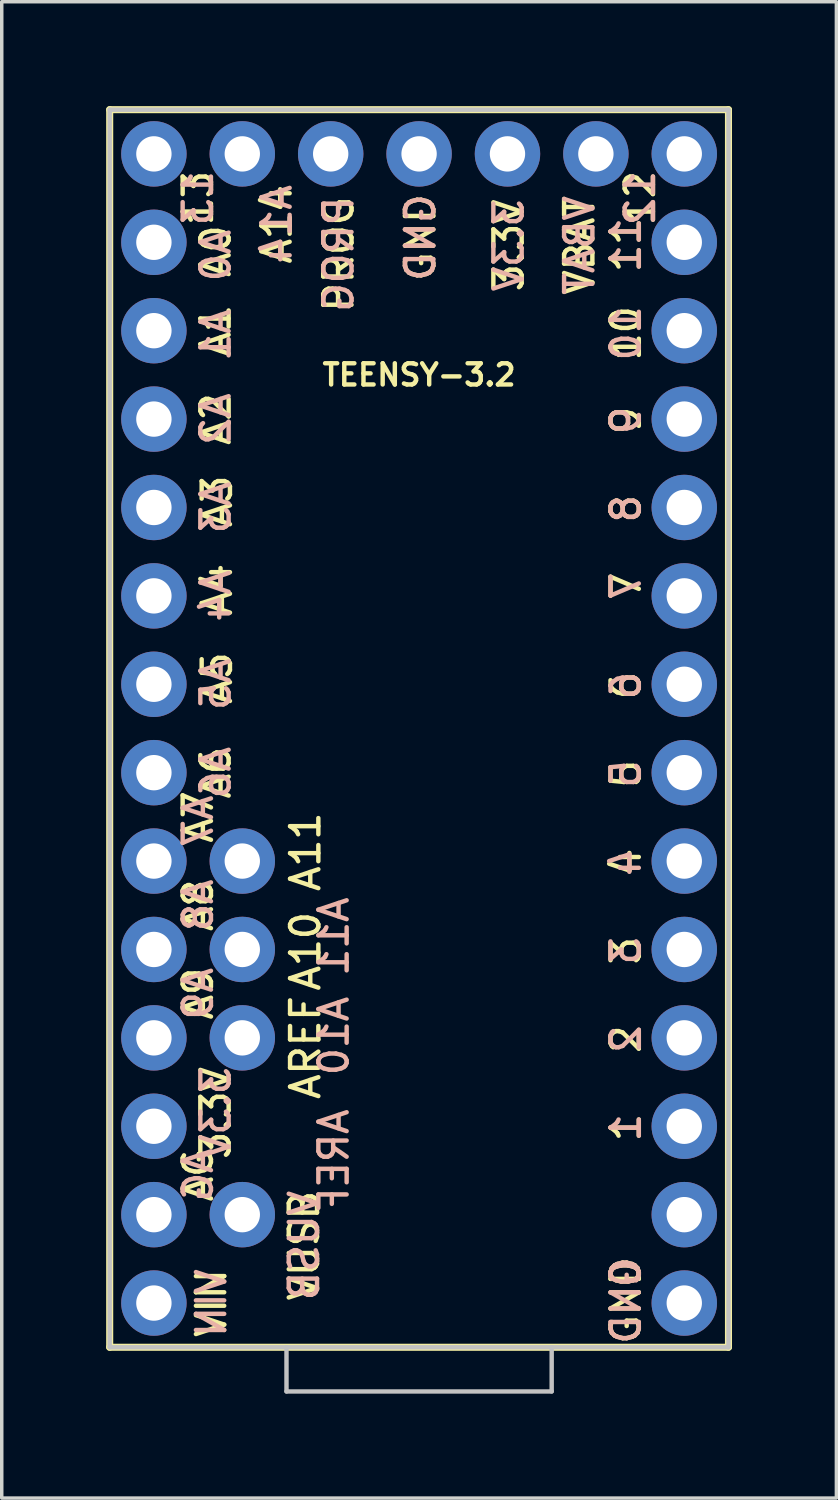
<source format=kicad_pcb>
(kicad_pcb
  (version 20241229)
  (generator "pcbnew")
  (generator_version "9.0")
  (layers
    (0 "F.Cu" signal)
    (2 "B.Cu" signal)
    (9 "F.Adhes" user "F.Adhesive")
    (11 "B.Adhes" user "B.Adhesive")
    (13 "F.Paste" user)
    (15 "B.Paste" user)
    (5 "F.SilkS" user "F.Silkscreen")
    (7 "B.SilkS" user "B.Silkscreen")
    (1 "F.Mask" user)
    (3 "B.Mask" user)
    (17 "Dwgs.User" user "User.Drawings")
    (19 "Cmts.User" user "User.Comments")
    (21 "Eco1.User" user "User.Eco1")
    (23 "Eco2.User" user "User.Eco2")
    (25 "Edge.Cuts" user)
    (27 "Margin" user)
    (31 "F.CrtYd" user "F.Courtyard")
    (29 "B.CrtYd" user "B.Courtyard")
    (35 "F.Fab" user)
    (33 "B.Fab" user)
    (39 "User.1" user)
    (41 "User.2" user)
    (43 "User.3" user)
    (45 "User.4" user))
  (footprint "TEENSY-3.2"
    (layer "F.Cu")
    (at 8.992 17.882)
    (property "Reference" "TEENSY-3.2" (at 0 -10.16 0) (layer "F.SilkS") (effects (font (size 0.61 0.61) (thickness 0.127))))
    (attr exclude_from_pos_files exclude_from_bom)
    (fp_line (start -8.89 -17.78) (end 8.89 -17.78) (stroke (width 0.127) (type solid)) (layer "F.SilkS"))
    (fp_line (start -8.89 -17.78) (end 8.89 -17.78) (stroke (width 0.203) (type solid)) (layer "F.SilkS"))
    (fp_line (start -8.89 17.78) (end -8.89 -17.78) (stroke (width 0.127) (type solid)) (layer "F.SilkS"))
    (fp_line (start -8.89 17.78) (end -8.89 -17.78) (stroke (width 0.203) (type solid)) (layer "F.SilkS"))
    (fp_line (start 8.89 -17.78) (end 8.89 17.78) (stroke (width 0.127) (type solid)) (layer "F.SilkS"))
    (fp_line (start 8.89 -17.78) (end 8.89 17.78) (stroke (width 0.203) (type solid)) (layer "F.SilkS"))
    (fp_line (start 8.89 17.78) (end -8.89 17.78) (stroke (width 0.127) (type solid)) (layer "F.SilkS"))
    (fp_line (start 8.89 17.78) (end -8.89 17.78) (stroke (width 0.203) (type solid)) (layer "F.SilkS"))
    (fp_line (start -8.89 -17.78) (end 8.89 -17.78) (stroke (width 0.127) (type solid)) (layer "Dwgs.User"))
    (fp_line (start -8.89 17.78) (end -8.89 -17.78) (stroke (width 0.127) (type solid)) (layer "Dwgs.User"))
    (fp_line (start -3.81 17.78) (end -8.89 17.78) (stroke (width 0.127) (type solid)) (layer "Dwgs.User"))
    (fp_line (start -3.81 19.05) (end -3.81 17.78) (stroke (width 0.127) (type solid)) (layer "Dwgs.User"))
    (fp_line (start -3.81 19.05) (end 3.81 19.05) (stroke (width 0.127) (type solid)) (layer "Dwgs.User"))
    (fp_line (start 3.81 17.78) (end -3.81 17.78) (stroke (width 0.127) (type solid)) (layer "Dwgs.User"))
    (fp_line (start 3.81 19.05) (end 3.81 17.78) (stroke (width 0.127) (type solid)) (layer "Dwgs.User"))
    (fp_line (start 8.89 -17.78) (end 8.89 17.78) (stroke (width 0.127) (type solid)) (layer "Dwgs.User"))
    (fp_line (start 8.89 17.78) (end 3.81 17.78) (stroke (width 0.127) (type solid)) (layer "Dwgs.User"))
    (fp_text user "A11" (at -3.264 3.543 90) (layer "F.SilkS") (effects (font (size 0.813 0.813) (thickness 0.127))))
    (fp_text user "VUSB" (at -3.302 14.859 90) (layer "F.SilkS") (effects (font (size 0.813 0.813) (thickness 0.127))))
    (fp_text user "A4" (at -5.804 -3.988 90) (layer "F.SilkS") (effects (font (size 0.813 0.813) (thickness 0.127))))
    (fp_text user "7" (at 5.944 -4.089 90) (layer "F.SilkS") (effects (font (size 0.813 0.813) (thickness 0.127))))
    (fp_text user "5" (at 5.944 1.306 90) (layer "F.SilkS") (effects (font (size 0.813 0.813) (thickness 0.127))))
    (fp_text user "A2" (at -5.842 -8.89 90) (layer "F.SilkS") (effects (font (size 0.813 0.813) (thickness 0.127))))
    (fp_text user "0" (at 5.944 15.659 90) (layer "F.SilkS") (effects (font (size 0.813 0.813) (thickness 0.127))))
    (fp_text user "GND" (at 0.038 -14.107 90) (layer "F.SilkS") (effects (font (size 0.813 0.813) (thickness 0.127))))
    (fp_text user "2" (at 5.944 8.928 90) (layer "F.SilkS") (effects (font (size 0.813 0.813) (thickness 0.127))))
    (fp_text user "A3" (at -5.804 -6.528 90) (layer "F.SilkS") (effects (font (size 0.813 0.813) (thickness 0.127))))
    (fp_text user "A9" (at -6.35 7.62 90) (layer "F.SilkS") (effects (font (size 0.813 0.813) (thickness 0.127))))
    (fp_text user "12" (at 6.35 -15.24 270) (layer "F.SilkS") (effects (font (size 0.813 0.813) (thickness 0.127))))
    (fp_text user "GND" (at 5.944 16.434 90) (layer "F.SilkS") (effects (font (size 0.813 0.813) (thickness 0.127))))
    (fp_text user "6" (at 5.944 -1.232 90) (layer "F.SilkS") (effects (font (size 0.813 0.813) (thickness 0.127))))
    (fp_text user "10" (at 5.944 -11.354 90) (layer "F.SilkS") (effects (font (size 0.813 0.813) (thickness 0.127))))
    (fp_text user "8" (at 5.944 -6.312 90) (layer "F.SilkS") (effects (font (size 0.813 0.813) (thickness 0.127))))
    (fp_text user "1" (at 5.944 11.468 90) (layer "F.SilkS") (effects (font (size 0.813 0.813) (thickness 0.127))))
    (fp_text user "A7" (at -6.35 2.54 90) (layer "F.SilkS") (effects (font (size 0.813 0.813) (thickness 0.127))))
    (fp_text user "11" (at 5.944 -13.894 90) (layer "F.SilkS") (effects (font (size 0.813 0.813) (thickness 0.127))))
    (fp_text user "AG" (at -6.35 12.827 90) (layer "F.SilkS") (effects (font (size 0.813 0.813) (thickness 0.127))))
    (fp_text user "3.3V" (at 2.578 -13.881 90) (layer "F.SilkS") (effects (font (size 0.813 0.813) (thickness 0.127))))
    (fp_text user "A8" (at -6.35 5.08 90) (layer "F.SilkS") (effects (font (size 0.813 0.813) (thickness 0.127))))
    (fp_text user "3.3V" (at -5.842 11.049 90) (layer "F.SilkS") (effects (font (size 0.813 0.813) (thickness 0.127))))
    (fp_text user "3" (at 5.944 6.388 90) (layer "F.SilkS") (effects (font (size 0.813 0.813) (thickness 0.127))))
    (fp_text user "A14" (at -4.089 -14.488 90) (layer "F.SilkS") (effects (font (size 0.813 0.813) (thickness 0.127))))
    (fp_text user "VBAT" (at 4.61 -13.881 90) (layer "F.SilkS") (effects (font (size 0.813 0.813) (thickness 0.127))))
    (fp_text user "A6" (at -5.842 1.27 90) (layer "F.SilkS") (effects (font (size 0.813 0.813) (thickness 0.127))))
    (fp_text user "A0" (at -5.842 -13.716 90) (layer "F.SilkS") (effects (font (size 0.813 0.813) (thickness 0.127))))
    (fp_text user "A5" (at -5.804 -1.448 90) (layer "F.SilkS") (effects (font (size 0.813 0.813) (thickness 0.127))))
    (fp_text user "4" (at 5.944 3.848 90) (layer "F.SilkS") (effects (font (size 0.813 0.813) (thickness 0.127))))
    (fp_text user "PROG" (at -2.311 -13.627 90) (layer "F.SilkS") (effects (font (size 0.813 0.813) (thickness 0.127))))
    (fp_text user "9" (at 5.944 -8.852 90) (layer "F.SilkS") (effects (font (size 0.813 0.813) (thickness 0.127))))
    (fp_text user "AREF" (at -3.264 9.169 90) (layer "F.SilkS") (effects (font (size 0.813 0.813) (thickness 0.127))))
    (fp_text user "A10" (at -3.264 6.401 90) (layer "F.SilkS") (effects (font (size 0.813 0.813) (thickness 0.127))))
    (fp_text user "A1" (at -5.842 -11.43 90) (layer "F.SilkS") (effects (font (size 0.813 0.813) (thickness 0.127))))
    (fp_text user "13" (at -6.35 -15.24 90) (layer "F.SilkS") (effects (font (size 0.813 0.813) (thickness 0.127))))
    (fp_text user "VIN" (at -5.969 16.51 90) (layer "F.SilkS") (effects (font (size 0.813 0.813) (thickness 0.127))))
    (fp_text user "3.3V" (at 2.578 -13.881 90) (layer "B.SilkS") (effects (font (size 0.813 0.813) (thickness 0.127)) (justify mirror)))
    (fp_text user "12" (at 6.35 -15.24 90) (layer "B.SilkS") (effects (font (size 0.813 0.813) (thickness 0.127)) (justify mirror)))
    (fp_text user "3" (at 5.944 6.388 90) (layer "B.SilkS") (effects (font (size 0.813 0.813) (thickness 0.127)) (justify mirror)))
    (fp_text user "A14" (at -4.089 -14.488 90) (layer "B.SilkS") (effects (font (size 0.813 0.813) (thickness 0.127)) (justify mirror)))
    (fp_text user "10" (at 5.944 -11.354 90) (layer "B.SilkS") (effects (font (size 0.813 0.813) (thickness 0.127)) (justify mirror)))
    (fp_text user "VBAT" (at 4.61 -13.881 90) (layer "B.SilkS") (effects (font (size 0.813 0.813) (thickness 0.127)) (justify mirror)))
    (fp_text user "GND" (at 0.038 -14.107 90) (layer "B.SilkS") (effects (font (size 0.813 0.813) (thickness 0.127)) (justify mirror)))
    (fp_text user "2" (at 5.944 8.928 90) (layer "B.SilkS") (effects (font (size 0.813 0.813) (thickness 0.127)) (justify mirror)))
    (fp_text user "6" (at 5.944 -1.232 90) (layer "B.SilkS") (effects (font (size 0.813 0.813) (thickness 0.127)) (justify mirror)))
    (fp_text user "A10" (at -2.451 8.837 270) (layer "B.SilkS") (effects (font (size 0.813 0.813) (thickness 0.127)) (justify mirror)))
    (fp_text user "4" (at 5.944 3.848 90) (layer "B.SilkS") (effects (font (size 0.813 0.813) (thickness 0.127)) (justify mirror)))
    (fp_text user "3.3V" (at -5.842 11.049 270) (layer "B.SilkS") (effects (font (size 0.813 0.813) (thickness 0.127)) (justify mirror)))
    (fp_text user "9" (at 5.944 -8.852 90) (layer "B.SilkS") (effects (font (size 0.813 0.813) (thickness 0.127)) (justify mirror)))
    (fp_text user "PROG" (at -2.311 -13.627 90) (layer "B.SilkS") (effects (font (size 0.813 0.813) (thickness 0.127)) (justify mirror)))
    (fp_text user "A11" (at -2.451 5.982 270) (layer "B.SilkS") (effects (font (size 0.813 0.813) (thickness 0.127)) (justify mirror)))
    (fp_text user "AG" (at -6.35 12.827 90) (layer "B.SilkS") (effects (font (size 0.813 0.813) (thickness 0.127)) (justify mirror)))
    (fp_text user "5" (at 5.944 1.306 90) (layer "B.SilkS") (effects (font (size 0.813 0.813) (thickness 0.127)) (justify mirror)))
    (fp_text user "A8" (at -6.35 5.08 270) (layer "B.SilkS") (effects (font (size 0.813 0.813) (thickness 0.127)) (justify mirror)))
    (fp_text user "A3" (at -5.842 -6.35 270) (layer "B.SilkS") (effects (font (size 0.813 0.813) (thickness 0.127)) (justify mirror)))
    (fp_text user "A7" (at -6.35 2.667 270) (layer "B.SilkS") (effects (font (size 0.813 0.813) (thickness 0.127)) (justify mirror)))
    (fp_text user "A6" (at -5.842 1.27 270) (layer "B.SilkS") (effects (font (size 0.813 0.813) (thickness 0.127)) (justify mirror)))
    (fp_text user "VUSB" (at -3.302 14.859 270) (layer "B.SilkS") (effects (font (size 0.813 0.813) (thickness 0.127)) (justify mirror)))
    (fp_text user "11" (at 5.944 -13.894 90) (layer "B.SilkS") (effects (font (size 0.813 0.813) (thickness 0.127)) (justify mirror)))
    (fp_text user "13" (at -6.35 -15.24 270) (layer "B.SilkS") (effects (font (size 0.813 0.813) (thickness 0.127)) (justify mirror)))
    (fp_text user "A5" (at -5.842 -1.27 270) (layer "B.SilkS") (effects (font (size 0.813 0.813) (thickness 0.127)) (justify mirror)))
    (fp_text user "A0" (at -5.842 -13.589 270) (layer "B.SilkS") (effects (font (size 0.813 0.813) (thickness 0.127)) (justify mirror)))
    (fp_text user "AREF" (at -2.451 12.421 270) (layer "B.SilkS") (effects (font (size 0.813 0.813) (thickness 0.127)) (justify mirror)))
    (fp_text user "8" (at 5.944 -6.312 90) (layer "B.SilkS") (effects (font (size 0.813 0.813) (thickness 0.127)) (justify mirror)))
    (fp_text user "1" (at 5.944 11.468 90) (layer "B.SilkS") (effects (font (size 0.813 0.813) (thickness 0.127)) (justify mirror)))
    (fp_text user "VIN" (at -5.969 16.51 270) (layer "B.SilkS") (effects (font (size 0.813 0.813) (thickness 0.127)) (justify mirror)))
    (fp_text user "0" (at 5.944 15.659 90) (layer "B.SilkS") (effects (font (size 0.813 0.813) (thickness 0.127)) (justify mirror)))
    (fp_text user "A9" (at -6.35 7.62 270) (layer "B.SilkS") (effects (font (size 0.813 0.813) (thickness 0.127)) (justify mirror)))
    (fp_text user "A1" (at -5.842 -11.303 270) (layer "B.SilkS") (effects (font (size 0.813 0.813) (thickness 0.127)) (justify mirror)))
    (fp_text user "7" (at 5.944 -4.089 90) (layer "B.SilkS") (effects (font (size 0.813 0.813) (thickness 0.127)) (justify mirror)))
    (fp_text user "A4" (at -5.842 -3.81 270) (layer "B.SilkS") (effects (font (size 0.813 0.813) (thickness 0.127)) (justify mirror)))
    (fp_text user "A2" (at -5.842 -8.89 270) (layer "B.SilkS") (effects (font (size 0.813 0.813) (thickness 0.127)) (justify mirror)))
    (fp_text user "GND" (at 5.944 16.434 90) (layer "B.SilkS") (effects (font (size 0.813 0.813) (thickness 0.127)) (justify mirror)))
    (pad "0" thru_hole circle (at 7.62 13.97) (size 1.88 1.88) (drill 1.016) (layers "*.Cu" "*.Mask"))
    (pad "1" thru_hole circle (at 7.62 11.43) (size 1.88 1.88) (drill 1.016) (layers "*.Cu" "*.Mask"))
    (pad "2" thru_hole circle (at 7.62 8.89) (size 1.88 1.88) (drill 1.016) (layers "*.Cu" "*.Mask"))
    (pad "3" thru_hole circle (at 7.62 6.35) (size 1.88 1.88) (drill 1.016) (layers "*.Cu" "*.Mask"))
    (pad "3.3V_1" thru_hole circle (at -7.62 11.43) (size 1.88 1.88) (drill 1.016) (layers "*.Cu" "*.Mask"))
    (pad "3.3V_2" thru_hole circle (at 2.54 -16.51) (size 1.88 1.88) (drill 1.016) (layers "*.Cu" "*.Mask"))
    (pad "4" thru_hole circle (at 7.62 3.81) (size 1.88 1.88) (drill 1.016) (layers "*.Cu" "*.Mask"))
    (pad "5" thru_hole circle (at 7.62 1.27) (size 1.88 1.88) (drill 1.016) (layers "*.Cu" "*.Mask"))
    (pad "6" thru_hole circle (at 7.62 -1.27) (size 1.88 1.88) (drill 1.016) (layers "*.Cu" "*.Mask"))
    (pad "7" thru_hole circle (at 7.62 -3.81) (size 1.88 1.88) (drill 1.016) (layers "*.Cu" "*.Mask"))
    (pad "8" thru_hole circle (at 7.62 -6.35) (size 1.88 1.88) (drill 1.016) (layers "*.Cu" "*.Mask"))
    (pad "9" thru_hole circle (at 7.62 -8.89) (size 1.88 1.88) (drill 1.016) (layers "*.Cu" "*.Mask"))
    (pad "10" thru_hole circle (at 7.62 -11.43) (size 1.88 1.88) (drill 1.016) (layers "*.Cu" "*.Mask"))
    (pad "11" thru_hole circle (at 7.62 -13.97) (size 1.88 1.88) (drill 1.016) (layers "*.Cu" "*.Mask"))
    (pad "12" thru_hole circle (at 7.62 -16.51) (size 1.88 1.88) (drill 1.016) (layers "*.Cu" "*.Mask"))
    (pad "13" thru_hole circle (at -7.62 -16.51) (size 1.88 1.88) (drill 1.016) (layers "*.Cu" "*.Mask"))
    (pad "14" thru_hole circle (at -7.62 -13.97) (size 1.88 1.88) (drill 1.016) (layers "*.Cu" "*.Mask"))
    (pad "15" thru_hole circle (at -7.62 -11.43) (size 1.88 1.88) (drill 1.016) (layers "*.Cu" "*.Mask"))
    (pad "16" thru_hole circle (at -7.62 -8.89) (size 1.88 1.88) (drill 1.016) (layers "*.Cu" "*.Mask"))
    (pad "17" thru_hole circle (at -7.62 -6.35) (size 1.88 1.88) (drill 1.016) (layers "*.Cu" "*.Mask"))
    (pad "18" thru_hole circle (at -7.62 -3.81) (size 1.88 1.88) (drill 1.016) (layers "*.Cu" "*.Mask"))
    (pad "19" thru_hole circle (at -7.62 -1.27) (size 1.88 1.88) (drill 1.016) (layers "*.Cu" "*.Mask"))
    (pad "20" thru_hole circle (at -7.62 1.27) (size 1.88 1.88) (drill 1.016) (layers "*.Cu" "*.Mask"))
    (pad "21" thru_hole circle (at -7.62 3.81) (size 1.88 1.88) (drill 1.016) (layers "*.Cu" "*.Mask"))
    (pad "22" thru_hole circle (at -7.62 6.35) (size 1.88 1.88) (drill 1.016) (layers "*.Cu" "*.Mask"))
    (pad "23" thru_hole circle (at -7.62 8.89) (size 1.88 1.88) (drill 1.016) (layers "*.Cu" "*.Mask"))
    (pad "A10" thru_hole circle (at -5.08 6.35) (size 1.88 1.88) (drill 1.016) (layers "*.Cu" "*.Mask"))
    (pad "A11" thru_hole circle (at -5.08 3.81) (size 1.88 1.88) (drill 1.016) (layers "*.Cu" "*.Mask"))
    (pad "A14/" thru_hole circle (at -5.08 -16.51) (size 1.88 1.88) (drill 1.016) (layers "*.Cu" "*.Mask"))
    (pad "AGND" thru_hole circle (at -7.62 13.97) (size 1.88 1.88) (drill 1.016) (layers "*.Cu" "*.Mask"))
    (pad "AREF" thru_hole circle (at -5.08 8.89) (size 1.88 1.88) (drill 1.016) (layers "*.Cu" "*.Mask"))
    (pad "GND" thru_hole circle (at 0 -16.51) (size 1.88 1.88) (drill 1.016) (layers "*.Cu" "*.Mask"))
    (pad "GND1" thru_hole circle (at 7.62 16.51) (size 1.88 1.88) (drill 1.016) (layers "*.Cu" "*.Mask"))
    (pad "PROG" thru_hole circle (at -2.54 -16.51) (size 1.88 1.88) (drill 1.016) (layers "*.Cu" "*.Mask"))
    (pad "VBAT" thru_hole circle (at 5.08 -16.51) (size 1.88 1.88) (drill 1.016) (layers "*.Cu" "*.Mask"))
    (pad "VIN" thru_hole circle (at -7.62 16.51) (size 1.88 1.88) (drill 1.016) (layers "*.Cu" "*.Mask"))
    (pad "VUSB" thru_hole circle (at -5.08 13.97) (size 1.88 1.88) (drill 1.016) (layers "*.Cu" "*.Mask")))
  (gr_rect
    (start -3 -3)
    (end 20.983 39.995)
    (stroke (width 0.1) (type default))
    (fill no)
    (layer "Edge.Cuts")))
</source>
